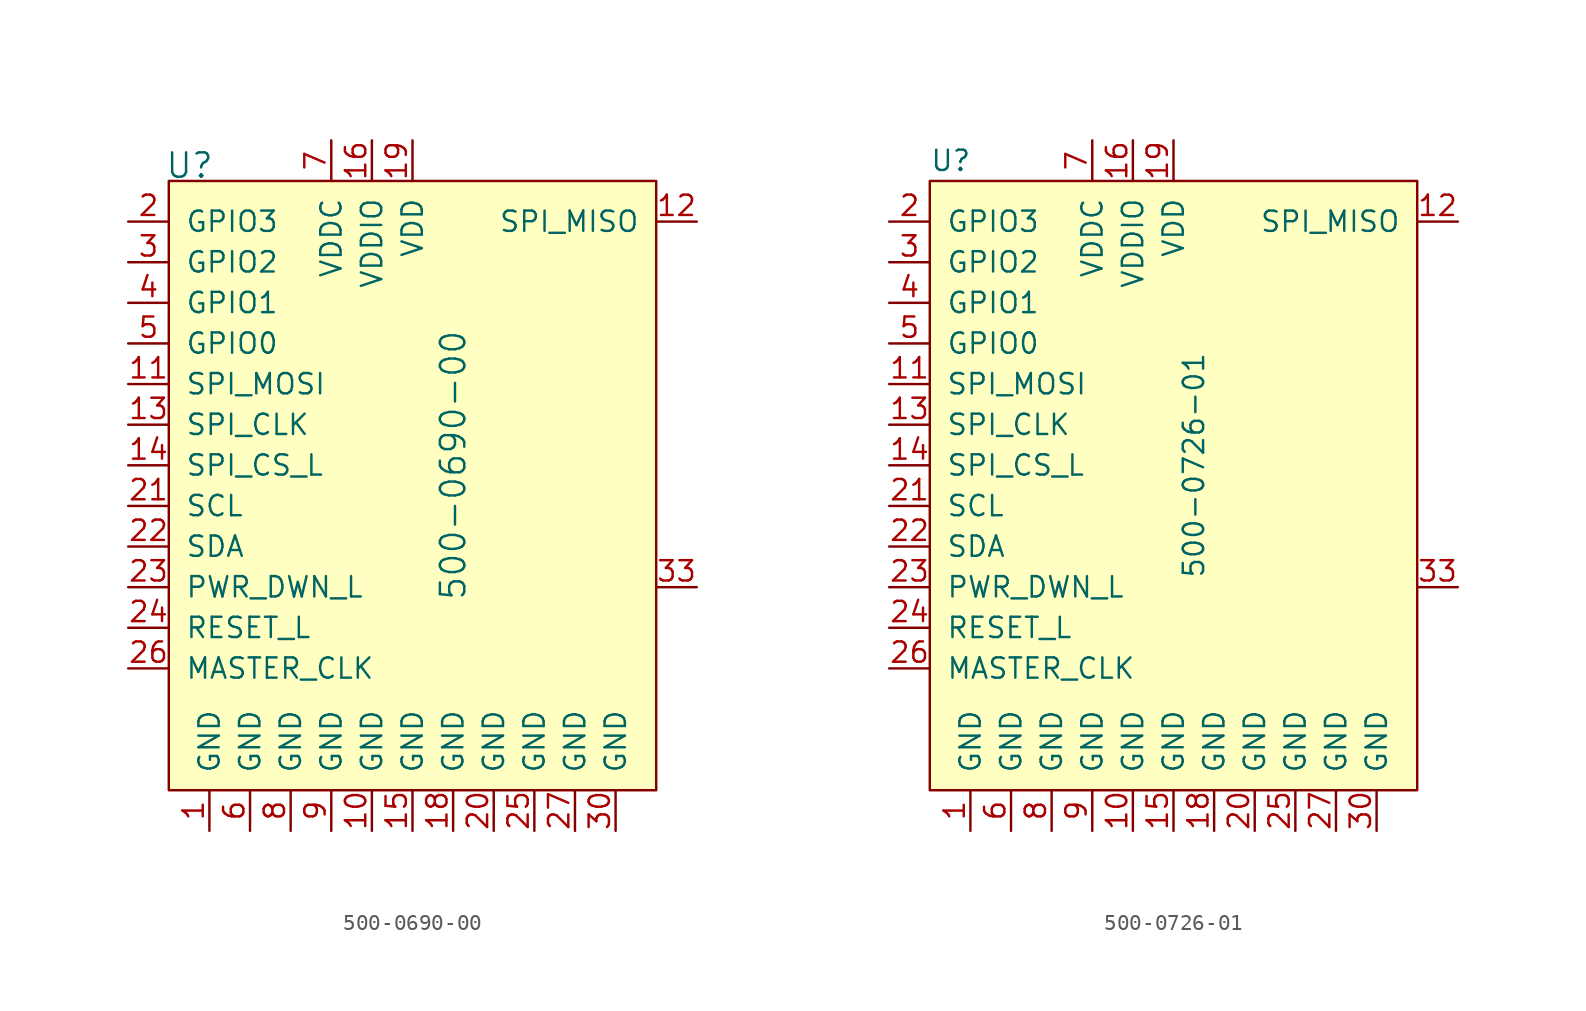
<source format=kicad_sym>
(kicad_symbol_lib
  (version 20211014)
  (generator kicad_symbol_editor)
  (symbol "500-0690-00"
    (pin_names
      (offset 1.016))
    (property "Reference" "U"
      (at -12.954 13.665 0)
      (effects (font (size 1.524 1.524)) (justify left)))
    (property "Value" "500-0690-00"
      (at 5.08 -5.08 90)
      (effects (font (size 1.524 1.524))))
    (symbol "500-0690-00_0_1"
      (rectangle (start -12.7 12.7) (end 17.78 -25.4) (stroke (width 0) (type default) (color 0 0 0 0)) (fill (type background))))
    (symbol "500-0690-00_1_1"
      (pin power_in line (at -10.16 -27.94 90) (length 2.54) (name "GND" (effects (font (size 1.27 1.27)))) (number "1" (effects (font (size 1.27 1.27)))))
      (pin power_in line (at 0 -27.94 90) (length 2.54) (name "GND" (effects (font (size 1.27 1.27)))) (number "10" (effects (font (size 1.27 1.27)))))
      (pin input line (at -15.24 0 0) (length 2.54) (name "SPI_MOSI" (effects (font (size 1.27 1.27)))) (number "11" (effects (font (size 1.27 1.27)))))
      (pin output line (at 20.32 10.16 180) (length 2.54) (name "SPI_MISO" (effects (font (size 1.27 1.27)))) (number "12" (effects (font (size 1.27 1.27)))))
      (pin input line (at -15.24 -2.54 0) (length 2.54) (name "SPI_CLK" (effects (font (size 1.27 1.27)))) (number "13" (effects (font (size 1.27 1.27)))))
      (pin input line (at -15.24 -5.08 0) (length 2.54) (name "SPI_CS_L" (effects (font (size 1.27 1.27)))) (number "14" (effects (font (size 1.27 1.27)))))
      (pin power_in line (at 2.54 -27.94 90) (length 2.54) (name "GND" (effects (font (size 1.27 1.27)))) (number "15" (effects (font (size 1.27 1.27)))))
      (pin power_in line (at 0 15.24 270) (length 2.54) (name "VDDIO" (effects (font (size 1.27 1.27)))) (number "16" (effects (font (size 1.27 1.27)))))
      (pin no_connect line (at 17.78 -7.62 180) (length 2.54) hide (name "NC" (effects (font (size 1.27 1.27)))) (number "17" (effects (font (size 1.27 1.27)))))
      (pin power_in line (at 5.08 -27.94 90) (length 2.54) (name "GND" (effects (font (size 1.27 1.27)))) (number "18" (effects (font (size 1.27 1.27)))))
      (pin power_in line (at 2.54 15.24 270) (length 2.54) (name "VDD" (effects (font (size 1.27 1.27)))) (number "19" (effects (font (size 1.27 1.27)))))
      (pin bidirectional line (at -15.24 10.16 0) (length 2.54) (name "GPIO3" (effects (font (size 1.27 1.27)))) (number "2" (effects (font (size 1.27 1.27)))))
      (pin power_in line (at 7.62 -27.94 90) (length 2.54) (name "GND" (effects (font (size 1.27 1.27)))) (number "20" (effects (font (size 1.27 1.27)))))
      (pin input line (at -15.24 -7.62 0) (length 2.54) (name "SCL" (effects (font (size 1.27 1.27)))) (number "21" (effects (font (size 1.27 1.27)))))
      (pin bidirectional line (at -15.24 -10.16 0) (length 2.54) (name "SDA" (effects (font (size 1.27 1.27)))) (number "22" (effects (font (size 1.27 1.27)))))
      (pin input line (at -15.24 -12.7 0) (length 2.54) (name "PWR_DWN_L" (effects (font (size 1.27 1.27)))) (number "23" (effects (font (size 1.27 1.27)))))
      (pin input line (at -15.24 -15.24 0) (length 2.54) (name "RESET_L" (effects (font (size 1.27 1.27)))) (number "24" (effects (font (size 1.27 1.27)))))
      (pin power_in line (at 10.16 -27.94 90) (length 2.54) (name "GND" (effects (font (size 1.27 1.27)))) (number "25" (effects (font (size 1.27 1.27)))))
      (pin input line (at -15.24 -17.78 0) (length 2.54) (name "MASTER_CLK" (effects (font (size 1.27 1.27)))) (number "26" (effects (font (size 1.27 1.27)))))
      (pin power_in line (at 12.7 -27.94 90) (length 2.54) (name "GND" (effects (font (size 1.27 1.27)))) (number "27" (effects (font (size 1.27 1.27)))))
      (pin no_connect line (at 17.78 5.08 180) (length 2.54) hide (name "RES" (effects (font (size 1.27 1.27)))) (number "28" (effects (font (size 1.27 1.27)))))
      (pin no_connect line (at 17.78 2.54 180) (length 2.54) hide (name "RES" (effects (font (size 1.27 1.27)))) (number "29" (effects (font (size 1.27 1.27)))))
      (pin bidirectional line (at -15.24 7.62 0) (length 2.54) (name "GPIO2" (effects (font (size 1.27 1.27)))) (number "3" (effects (font (size 1.27 1.27)))))
      (pin power_in line (at 15.24 -27.94 90) (length 2.54) (name "GND" (effects (font (size 1.27 1.27)))) (number "30" (effects (font (size 1.27 1.27)))))
      (pin no_connect line (at 17.78 0 180) (length 2.54) hide (name "RES" (effects (font (size 1.27 1.27)))) (number "31" (effects (font (size 1.27 1.27)))))
      (pin no_connect line (at 17.78 -2.54 180) (length 2.54) hide (name "RES" (effects (font (size 1.27 1.27)))) (number "32" (effects (font (size 1.27 1.27)))))
      (pin unspecified line (at 20.32 -12.7 180) (length 2.54) (name "~" (effects (font (size 1.27 1.27)))) (number "33" (effects (font (size 1.27 1.27)))))
      (pin bidirectional line (at -15.24 5.08 0) (length 2.54) (name "GPIO1" (effects (font (size 1.27 1.27)))) (number "4" (effects (font (size 1.27 1.27)))))
      (pin bidirectional line (at -15.24 2.54 0) (length 2.54) (name "GPIO0" (effects (font (size 1.27 1.27)))) (number "5" (effects (font (size 1.27 1.27)))))
      (pin power_in line (at -7.62 -27.94 90) (length 2.54) (name "GND" (effects (font (size 1.27 1.27)))) (number "6" (effects (font (size 1.27 1.27)))))
      (pin power_in line (at -2.54 15.24 270) (length 2.54) (name "VDDC" (effects (font (size 1.27 1.27)))) (number "7" (effects (font (size 1.27 1.27)))))
      (pin power_in line (at -5.08 -27.94 90) (length 2.54) (name "GND" (effects (font (size 1.27 1.27)))) (number "8" (effects (font (size 1.27 1.27)))))
      (pin power_in line (at -2.54 -27.94 90) (length 2.54) (name "GND" (effects (font (size 1.27 1.27)))) (number "9" (effects (font (size 1.27 1.27)))))))
  (symbol "500-0726-01"
    (pin_names
      (offset 1.016))
    (property "Reference" "U"
      (at -15.24 21.59 0)
      (effects (font (size 1.27 1.27)) (justify left)))
    (property "Value" "500-0726-01"
      (at 1.27 2.54 90)
      (effects (font (size 1.27 1.27))))
    (symbol "500-0726-01_1_1"
      (rectangle (start -15.24 20.32) (end 15.24 -17.78) (stroke (width 0) (type default) (color 0 0 0 0)) (fill (type background)))
      (pin power_in line (at -12.7 -20.32 90) (length 2.54) (name "GND" (effects (font (size 1.27 1.27)))) (number "1" (effects (font (size 1.27 1.27)))))
      (pin power_in line (at -2.54 -20.32 90) (length 2.54) (name "GND" (effects (font (size 1.27 1.27)))) (number "10" (effects (font (size 1.27 1.27)))))
      (pin input line (at -17.78 7.62 0) (length 2.54) (name "SPI_MOSI" (effects (font (size 1.27 1.27)))) (number "11" (effects (font (size 1.27 1.27)))))
      (pin output line (at 17.78 17.78 180) (length 2.54) (name "SPI_MISO" (effects (font (size 1.27 1.27)))) (number "12" (effects (font (size 1.27 1.27)))))
      (pin input line (at -17.78 5.08 0) (length 2.54) (name "SPI_CLK" (effects (font (size 1.27 1.27)))) (number "13" (effects (font (size 1.27 1.27)))))
      (pin input line (at -17.78 2.54 0) (length 2.54) (name "SPI_CS_L" (effects (font (size 1.27 1.27)))) (number "14" (effects (font (size 1.27 1.27)))))
      (pin power_in line (at 0 -20.32 90) (length 2.54) (name "GND" (effects (font (size 1.27 1.27)))) (number "15" (effects (font (size 1.27 1.27)))))
      (pin power_in line (at -2.54 22.86 270) (length 2.54) (name "VDDIO" (effects (font (size 1.27 1.27)))) (number "16" (effects (font (size 1.27 1.27)))))
      (pin no_connect line (at 15.24 0 180) (length 2.54) hide (name "NC" (effects (font (size 1.27 1.27)))) (number "17" (effects (font (size 1.27 1.27)))))
      (pin power_in line (at 2.54 -20.32 90) (length 2.54) (name "GND" (effects (font (size 1.27 1.27)))) (number "18" (effects (font (size 1.27 1.27)))))
      (pin power_in line (at 0 22.86 270) (length 2.54) (name "VDD" (effects (font (size 1.27 1.27)))) (number "19" (effects (font (size 1.27 1.27)))))
      (pin bidirectional line (at -17.78 17.78 0) (length 2.54) (name "GPIO3" (effects (font (size 1.27 1.27)))) (number "2" (effects (font (size 1.27 1.27)))))
      (pin power_in line (at 5.08 -20.32 90) (length 2.54) (name "GND" (effects (font (size 1.27 1.27)))) (number "20" (effects (font (size 1.27 1.27)))))
      (pin input line (at -17.78 0 0) (length 2.54) (name "SCL" (effects (font (size 1.27 1.27)))) (number "21" (effects (font (size 1.27 1.27)))))
      (pin bidirectional line (at -17.78 -2.54 0) (length 2.54) (name "SDA" (effects (font (size 1.27 1.27)))) (number "22" (effects (font (size 1.27 1.27)))))
      (pin input line (at -17.78 -5.08 0) (length 2.54) (name "PWR_DWN_L" (effects (font (size 1.27 1.27)))) (number "23" (effects (font (size 1.27 1.27)))))
      (pin input line (at -17.78 -7.62 0) (length 2.54) (name "RESET_L" (effects (font (size 1.27 1.27)))) (number "24" (effects (font (size 1.27 1.27)))))
      (pin power_in line (at 7.62 -20.32 90) (length 2.54) (name "GND" (effects (font (size 1.27 1.27)))) (number "25" (effects (font (size 1.27 1.27)))))
      (pin input line (at -17.78 -10.16 0) (length 2.54) (name "MASTER_CLK" (effects (font (size 1.27 1.27)))) (number "26" (effects (font (size 1.27 1.27)))))
      (pin power_in line (at 10.16 -20.32 90) (length 2.54) (name "GND" (effects (font (size 1.27 1.27)))) (number "27" (effects (font (size 1.27 1.27)))))
      (pin no_connect line (at 15.24 12.7 180) (length 2.54) hide (name "RES" (effects (font (size 1.27 1.27)))) (number "28" (effects (font (size 1.27 1.27)))))
      (pin no_connect line (at 15.24 10.16 180) (length 2.54) hide (name "RES" (effects (font (size 1.27 1.27)))) (number "29" (effects (font (size 1.27 1.27)))))
      (pin bidirectional line (at -17.78 15.24 0) (length 2.54) (name "GPIO2" (effects (font (size 1.27 1.27)))) (number "3" (effects (font (size 1.27 1.27)))))
      (pin power_in line (at 12.7 -20.32 90) (length 2.54) (name "GND" (effects (font (size 1.27 1.27)))) (number "30" (effects (font (size 1.27 1.27)))))
      (pin no_connect line (at 15.24 7.62 180) (length 2.54) hide (name "RES" (effects (font (size 1.27 1.27)))) (number "31" (effects (font (size 1.27 1.27)))))
      (pin no_connect line (at 15.24 5.08 180) (length 2.54) hide (name "RES" (effects (font (size 1.27 1.27)))) (number "32" (effects (font (size 1.27 1.27)))))
      (pin unspecified line (at 17.78 -5.08 180) (length 2.54) (name "~" (effects (font (size 1.27 1.27)))) (number "33" (effects (font (size 1.27 1.27)))))
      (pin bidirectional line (at -17.78 12.7 0) (length 2.54) (name "GPIO1" (effects (font (size 1.27 1.27)))) (number "4" (effects (font (size 1.27 1.27)))))
      (pin bidirectional line (at -17.78 10.16 0) (length 2.54) (name "GPIO0" (effects (font (size 1.27 1.27)))) (number "5" (effects (font (size 1.27 1.27)))))
      (pin power_in line (at -10.16 -20.32 90) (length 2.54) (name "GND" (effects (font (size 1.27 1.27)))) (number "6" (effects (font (size 1.27 1.27)))))
      (pin power_in line (at -5.08 22.86 270) (length 2.54) (name "VDDC" (effects (font (size 1.27 1.27)))) (number "7" (effects (font (size 1.27 1.27)))))
      (pin power_in line (at -7.62 -20.32 90) (length 2.54) (name "GND" (effects (font (size 1.27 1.27)))) (number "8" (effects (font (size 1.27 1.27)))))
      (pin power_in line (at -5.08 -20.32 90) (length 2.54) (name "GND" (effects (font (size 1.27 1.27)))) (number "9" (effects (font (size 1.27 1.27))))))))
</source>
